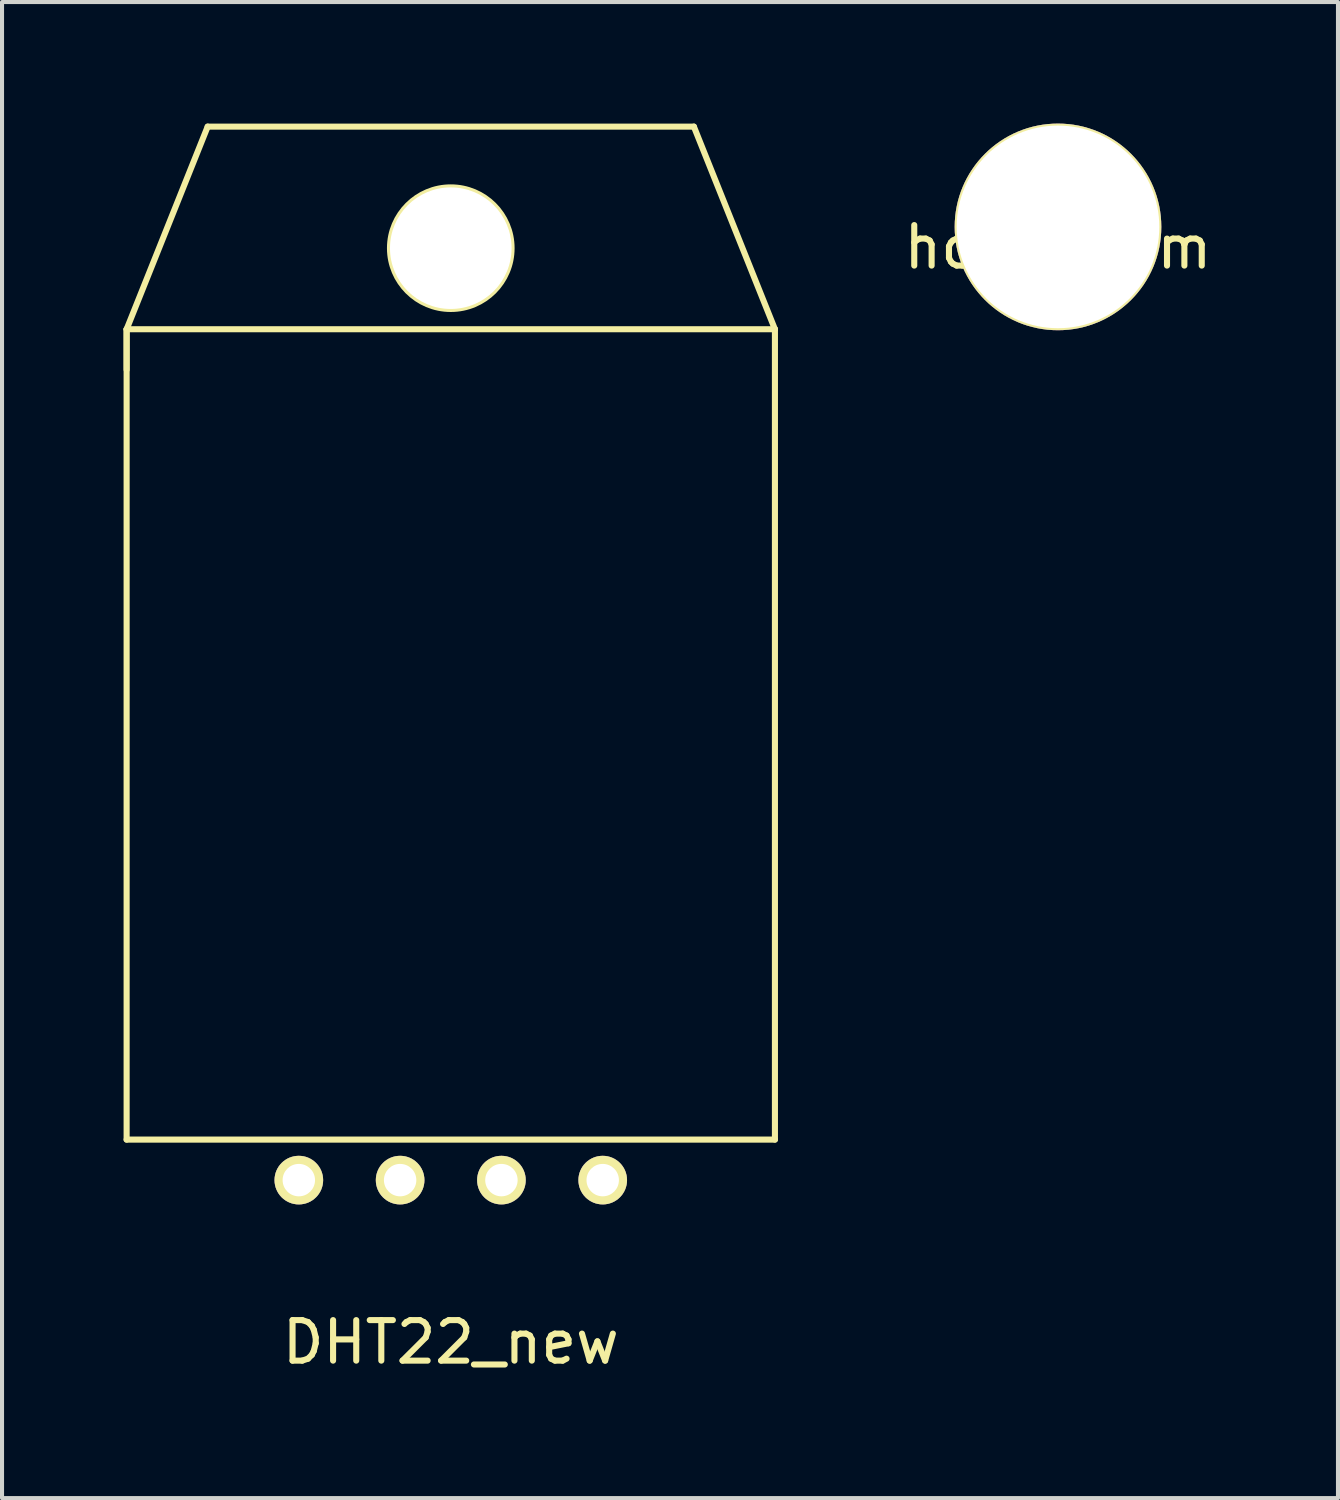
<source format=kicad_pcb>
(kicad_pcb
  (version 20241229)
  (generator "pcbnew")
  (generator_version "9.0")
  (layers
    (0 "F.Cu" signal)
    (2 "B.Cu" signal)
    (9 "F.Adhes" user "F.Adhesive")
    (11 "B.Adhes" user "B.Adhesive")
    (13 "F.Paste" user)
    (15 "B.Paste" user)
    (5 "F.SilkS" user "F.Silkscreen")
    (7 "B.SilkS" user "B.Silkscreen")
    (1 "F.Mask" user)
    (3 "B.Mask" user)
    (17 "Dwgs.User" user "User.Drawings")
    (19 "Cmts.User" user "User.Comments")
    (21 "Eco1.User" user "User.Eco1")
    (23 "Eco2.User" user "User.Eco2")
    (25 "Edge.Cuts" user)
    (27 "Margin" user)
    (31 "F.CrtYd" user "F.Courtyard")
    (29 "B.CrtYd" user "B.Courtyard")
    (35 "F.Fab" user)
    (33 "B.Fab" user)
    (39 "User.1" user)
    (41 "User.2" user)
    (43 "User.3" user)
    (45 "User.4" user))
  (footprint "DHT22_new"
    (layer "F.Cu")
    (at 8.075 27.075)
    (property "Reference" "DHT22_new" (at 0 3 0) (layer "F.SilkS") (effects (font (size 1 1) (thickness 0.15))))
    (attr through_hole)
    (fp_line (start -8 -22) (end -8 -2) (stroke (width 0.15) (type solid)) (layer "F.SilkS"))
    (fp_line (start -8 -22) (end -6 -27) (stroke (width 0.15) (type solid)) (layer "F.SilkS"))
    (fp_line (start -8 -21) (end -8 -22) (stroke (width 0.15) (type solid)) (layer "F.SilkS"))
    (fp_line (start -8 -2) (end 8 -2) (stroke (width 0.15) (type solid)) (layer "F.SilkS"))
    (fp_line (start 6 -27) (end -6 -27) (stroke (width 0.15) (type solid)) (layer "F.SilkS"))
    (fp_line (start 8 -22) (end -8 -22) (stroke (width 0.15) (type solid)) (layer "F.SilkS"))
    (fp_line (start 8 -22) (end 6 -27) (stroke (width 0.15) (type solid)) (layer "F.SilkS"))
    (fp_line (start 8 -2) (end 8 -22) (stroke (width 0.15) (type solid)) (layer "F.SilkS"))
    (fp_circle (center 0 -24) (end 1.5 -24) (stroke (width 0.15) (type solid)) (fill no) (layer "F.SilkS"))
    (pad "1" thru_hole circle (at -3.75 -1) (size 1.2 1.2) (drill 0.8) (layers "*.Cu" "*.Mask" "F.SilkS"))
    (pad "2" thru_hole circle (at -1.25 -1) (size 1.2 1.2) (drill 0.8) (layers "*.Cu" "*.Mask" "F.SilkS"))
    (pad "3" thru_hole circle (at 1.25 -1) (size 1.2 1.2) (drill 0.8) (layers "*.Cu" "*.Mask" "F.SilkS"))
    (pad "4" thru_hole circle (at 3.75 -1) (size 1.2 1.2) (drill 0.8) (layers "*.Cu" "*.Mask" "F.SilkS"))
    (pad "~" thru_hole circle (at 0 -24) (size 3 3) (drill 3) (layers "*.Cu" "*.Mask" "F.SilkS")))
  (footprint "hole_5mm"
    (layer "F.Cu")
    (at 23.061 2.55)
    (property "Reference" "hole_5mm" (at 0 0.5 0) (layer "F.SilkS") (effects (font (size 1 1) (thickness 0.15))))
    (attr through_hole)
    (pad "1" thru_hole circle (at 0 0) (size 5.1 5.1) (drill 5) (layers "*.Cu" "*.Mask" "F.SilkS")))
  (gr_rect
    (start -3 -3)
    (end 29.971 33.923)
    (stroke (width 0.1) (type default))
    (fill no)
    (layer "Edge.Cuts")))
</source>
